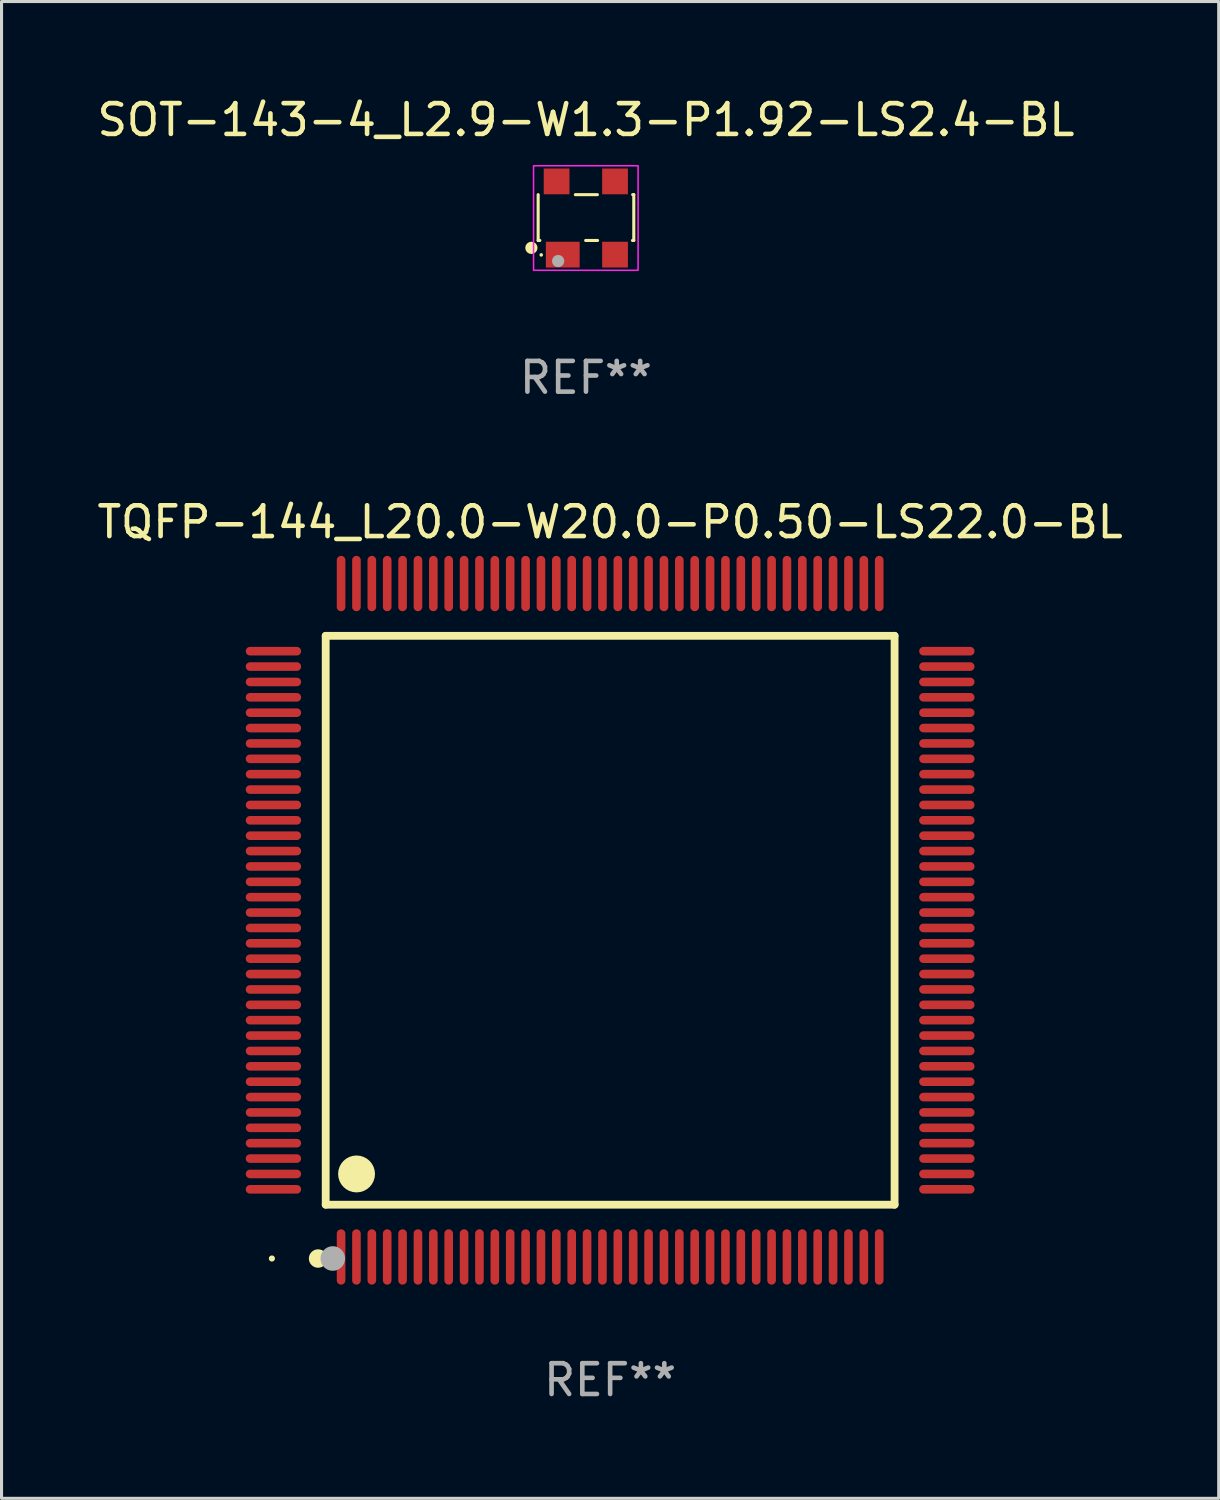
<source format=kicad_pcb>
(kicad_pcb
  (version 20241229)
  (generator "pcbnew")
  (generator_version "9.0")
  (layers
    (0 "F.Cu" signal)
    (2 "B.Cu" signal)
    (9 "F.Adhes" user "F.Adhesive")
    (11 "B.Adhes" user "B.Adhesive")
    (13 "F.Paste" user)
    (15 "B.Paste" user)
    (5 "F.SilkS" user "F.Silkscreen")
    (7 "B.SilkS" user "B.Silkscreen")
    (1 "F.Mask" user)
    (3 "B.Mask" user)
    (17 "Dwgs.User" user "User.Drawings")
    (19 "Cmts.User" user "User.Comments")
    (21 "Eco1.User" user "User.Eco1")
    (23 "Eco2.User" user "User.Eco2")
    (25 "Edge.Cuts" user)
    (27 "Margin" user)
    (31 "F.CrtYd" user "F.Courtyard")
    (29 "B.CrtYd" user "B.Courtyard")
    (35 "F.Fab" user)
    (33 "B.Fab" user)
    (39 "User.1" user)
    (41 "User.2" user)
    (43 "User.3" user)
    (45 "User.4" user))
  (footprint "TQFP-144_L20.0-W20.0-P0.50-LS22.0-BL"
    (layer "F.Cu")
    (at 16.792 26.877)
    (property "Reference" "TQFP-144_L20.0-W20.0-P0.50-LS22.0-BL" (at 0 -12.95 0) (layer "F.SilkS") (effects (font (size 1 1) (thickness 0.15))))
    (attr smd)
    (fp_line (start -9.25 -9.25) (end -9.25 9.25) (stroke (width 0.254) (type solid)) (layer "F.SilkS"))
    (fp_line (start -9.25 9.25) (end 9.25 9.25) (stroke (width 0.254) (type solid)) (layer "F.SilkS"))
    (fp_line (start 9.25 -9.25) (end -9.25 -9.25) (stroke (width 0.254) (type solid)) (layer "F.SilkS"))
    (fp_line (start 9.25 9.25) (end 9.25 -9.25) (stroke (width 0.254) (type solid)) (layer "F.SilkS"))
    (fp_arc (start -9.497079 10.850902) (mid -9.498559 11.150921) (end -9.4992 10.850899) (stroke (width 0.3) (type solid)) (layer "F.SilkS"))
    (fp_arc (start -8.244856 7.950216) (mid -8.247815 8.550204) (end -8.249099 7.95021) (stroke (width 0.6) (type solid)) (layer "F.SilkS"))
    (fp_circle (center -11 11) (end -10.95 11) (stroke (width 0.1) (type solid)) (fill no) (layer "F.SilkS"))
    (fp_circle (center -9.02 11) (end -8.82 11) (stroke (width 0.4) (type solid)) (fill no) (layer "F.Fab"))
    (fp_text user "REF**" (at 0 14.95 0) (layer "F.Fab") (effects (font (size 1 1) (thickness 0.15))))
    (pad "1" smd oval (at -8.75 10.95) (size 0.28 1.8) (layers "F.Cu" "F.Mask" "F.Paste"))
    (pad "2" smd oval (at -8.25 10.95) (size 0.28 1.8) (layers "F.Cu" "F.Mask" "F.Paste"))
    (pad "3" smd oval (at -7.75 10.95) (size 0.28 1.8) (layers "F.Cu" "F.Mask" "F.Paste"))
    (pad "4" smd oval (at -7.25 10.95) (size 0.28 1.8) (layers "F.Cu" "F.Mask" "F.Paste"))
    (pad "5" smd oval (at -6.75 10.95) (size 0.28 1.8) (layers "F.Cu" "F.Mask" "F.Paste"))
    (pad "6" smd oval (at -6.25 10.95) (size 0.28 1.8) (layers "F.Cu" "F.Mask" "F.Paste"))
    (pad "7" smd oval (at -5.75 10.95) (size 0.28 1.8) (layers "F.Cu" "F.Mask" "F.Paste"))
    (pad "8" smd oval (at -5.25 10.95) (size 0.28 1.8) (layers "F.Cu" "F.Mask" "F.Paste"))
    (pad "9" smd oval (at -4.75 10.95) (size 0.28 1.8) (layers "F.Cu" "F.Mask" "F.Paste"))
    (pad "10" smd oval (at -4.25 10.95) (size 0.28 1.8) (layers "F.Cu" "F.Mask" "F.Paste"))
    (pad "11" smd oval (at -3.75 10.95) (size 0.28 1.8) (layers "F.Cu" "F.Mask" "F.Paste"))
    (pad "12" smd oval (at -3.25 10.95) (size 0.28 1.8) (layers "F.Cu" "F.Mask" "F.Paste"))
    (pad "13" smd oval (at -2.75 10.95) (size 0.28 1.8) (layers "F.Cu" "F.Mask" "F.Paste"))
    (pad "14" smd oval (at -2.25 10.95) (size 0.28 1.8) (layers "F.Cu" "F.Mask" "F.Paste"))
    (pad "15" smd oval (at -1.75 10.95) (size 0.28 1.8) (layers "F.Cu" "F.Mask" "F.Paste"))
    (pad "16" smd oval (at -1.25 10.95) (size 0.28 1.8) (layers "F.Cu" "F.Mask" "F.Paste"))
    (pad "17" smd oval (at -0.75 10.95) (size 0.28 1.8) (layers "F.Cu" "F.Mask" "F.Paste"))
    (pad "18" smd oval (at -0.25 10.95) (size 0.28 1.8) (layers "F.Cu" "F.Mask" "F.Paste"))
    (pad "19" smd oval (at 0.25 10.95) (size 0.28 1.8) (layers "F.Cu" "F.Mask" "F.Paste"))
    (pad "20" smd oval (at 0.75 10.95) (size 0.28 1.8) (layers "F.Cu" "F.Mask" "F.Paste"))
    (pad "21" smd oval (at 1.25 10.95) (size 0.28 1.8) (layers "F.Cu" "F.Mask" "F.Paste"))
    (pad "22" smd oval (at 1.75 10.95) (size 0.28 1.8) (layers "F.Cu" "F.Mask" "F.Paste"))
    (pad "23" smd oval (at 2.25 10.95) (size 0.28 1.8) (layers "F.Cu" "F.Mask" "F.Paste"))
    (pad "24" smd oval (at 2.75 10.95) (size 0.28 1.8) (layers "F.Cu" "F.Mask" "F.Paste"))
    (pad "25" smd oval (at 3.25 10.95) (size 0.28 1.8) (layers "F.Cu" "F.Mask" "F.Paste"))
    (pad "26" smd oval (at 3.75 10.95) (size 0.28 1.8) (layers "F.Cu" "F.Mask" "F.Paste"))
    (pad "27" smd oval (at 4.25 10.95) (size 0.28 1.8) (layers "F.Cu" "F.Mask" "F.Paste"))
    (pad "28" smd oval (at 4.75 10.95) (size 0.28 1.8) (layers "F.Cu" "F.Mask" "F.Paste"))
    (pad "29" smd oval (at 5.25 10.95) (size 0.28 1.8) (layers "F.Cu" "F.Mask" "F.Paste"))
    (pad "30" smd oval (at 5.75 10.95) (size 0.28 1.8) (layers "F.Cu" "F.Mask" "F.Paste"))
    (pad "31" smd oval (at 6.25 10.95) (size 0.28 1.8) (layers "F.Cu" "F.Mask" "F.Paste"))
    (pad "32" smd oval (at 6.75 10.95) (size 0.28 1.8) (layers "F.Cu" "F.Mask" "F.Paste"))
    (pad "33" smd oval (at 7.25 10.95) (size 0.28 1.8) (layers "F.Cu" "F.Mask" "F.Paste"))
    (pad "34" smd oval (at 7.75 10.95) (size 0.28 1.8) (layers "F.Cu" "F.Mask" "F.Paste"))
    (pad "35" smd oval (at 8.25 10.95) (size 0.28 1.8) (layers "F.Cu" "F.Mask" "F.Paste"))
    (pad "36" smd oval (at 8.75 10.95) (size 0.28 1.8) (layers "F.Cu" "F.Mask" "F.Paste"))
    (pad "37" smd oval (at 10.95 8.75) (size 1.8 0.28) (layers "F.Cu" "F.Mask" "F.Paste"))
    (pad "38" smd oval (at 10.95 8.25) (size 1.8 0.28) (layers "F.Cu" "F.Mask" "F.Paste"))
    (pad "39" smd oval (at 10.95 7.75) (size 1.8 0.28) (layers "F.Cu" "F.Mask" "F.Paste"))
    (pad "40" smd oval (at 10.95 7.25) (size 1.8 0.28) (layers "F.Cu" "F.Mask" "F.Paste"))
    (pad "41" smd oval (at 10.95 6.75) (size 1.8 0.28) (layers "F.Cu" "F.Mask" "F.Paste"))
    (pad "42" smd oval (at 10.95 6.25) (size 1.8 0.28) (layers "F.Cu" "F.Mask" "F.Paste"))
    (pad "43" smd oval (at 10.95 5.75) (size 1.8 0.28) (layers "F.Cu" "F.Mask" "F.Paste"))
    (pad "44" smd oval (at 10.95 5.25) (size 1.8 0.28) (layers "F.Cu" "F.Mask" "F.Paste"))
    (pad "45" smd oval (at 10.95 4.75) (size 1.8 0.28) (layers "F.Cu" "F.Mask" "F.Paste"))
    (pad "46" smd oval (at 10.95 4.25) (size 1.8 0.28) (layers "F.Cu" "F.Mask" "F.Paste"))
    (pad "47" smd oval (at 10.95 3.75) (size 1.8 0.28) (layers "F.Cu" "F.Mask" "F.Paste"))
    (pad "48" smd oval (at 10.95 3.25) (size 1.8 0.28) (layers "F.Cu" "F.Mask" "F.Paste"))
    (pad "49" smd oval (at 10.95 2.75) (size 1.8 0.28) (layers "F.Cu" "F.Mask" "F.Paste"))
    (pad "50" smd oval (at 10.95 2.25) (size 1.8 0.28) (layers "F.Cu" "F.Mask" "F.Paste"))
    (pad "51" smd oval (at 10.95 1.75) (size 1.8 0.28) (layers "F.Cu" "F.Mask" "F.Paste"))
    (pad "52" smd oval (at 10.95 1.25) (size 1.8 0.28) (layers "F.Cu" "F.Mask" "F.Paste"))
    (pad "53" smd oval (at 10.95 0.75) (size 1.8 0.28) (layers "F.Cu" "F.Mask" "F.Paste"))
    (pad "54" smd oval (at 10.95 0.25) (size 1.8 0.28) (layers "F.Cu" "F.Mask" "F.Paste"))
    (pad "55" smd oval (at 10.95 -0.25) (size 1.8 0.28) (layers "F.Cu" "F.Mask" "F.Paste"))
    (pad "56" smd oval (at 10.95 -0.75) (size 1.8 0.28) (layers "F.Cu" "F.Mask" "F.Paste"))
    (pad "57" smd oval (at 10.95 -1.25) (size 1.8 0.28) (layers "F.Cu" "F.Mask" "F.Paste"))
    (pad "58" smd oval (at 10.95 -1.75) (size 1.8 0.28) (layers "F.Cu" "F.Mask" "F.Paste"))
    (pad "59" smd oval (at 10.95 -2.25) (size 1.8 0.28) (layers "F.Cu" "F.Mask" "F.Paste"))
    (pad "60" smd oval (at 10.95 -2.75) (size 1.8 0.28) (layers "F.Cu" "F.Mask" "F.Paste"))
    (pad "61" smd oval (at 10.95 -3.25) (size 1.8 0.28) (layers "F.Cu" "F.Mask" "F.Paste"))
    (pad "62" smd oval (at 10.95 -3.75) (size 1.8 0.28) (layers "F.Cu" "F.Mask" "F.Paste"))
    (pad "63" smd oval (at 10.95 -4.25) (size 1.8 0.28) (layers "F.Cu" "F.Mask" "F.Paste"))
    (pad "64" smd oval (at 10.95 -4.75) (size 1.8 0.28) (layers "F.Cu" "F.Mask" "F.Paste"))
    (pad "65" smd oval (at 10.95 -5.25) (size 1.8 0.28) (layers "F.Cu" "F.Mask" "F.Paste"))
    (pad "66" smd oval (at 10.95 -5.75) (size 1.8 0.28) (layers "F.Cu" "F.Mask" "F.Paste"))
    (pad "67" smd oval (at 10.95 -6.25) (size 1.8 0.28) (layers "F.Cu" "F.Mask" "F.Paste"))
    (pad "68" smd oval (at 10.95 -6.75) (size 1.8 0.28) (layers "F.Cu" "F.Mask" "F.Paste"))
    (pad "69" smd oval (at 10.95 -7.25) (size 1.8 0.28) (layers "F.Cu" "F.Mask" "F.Paste"))
    (pad "70" smd oval (at 10.95 -7.75) (size 1.8 0.28) (layers "F.Cu" "F.Mask" "F.Paste"))
    (pad "71" smd oval (at 10.95 -8.25) (size 1.8 0.28) (layers "F.Cu" "F.Mask" "F.Paste"))
    (pad "72" smd oval (at 10.95 -8.75) (size 1.8 0.28) (layers "F.Cu" "F.Mask" "F.Paste"))
    (pad "73" smd oval (at 8.75 -10.95) (size 0.28 1.8) (layers "F.Cu" "F.Mask" "F.Paste"))
    (pad "74" smd oval (at 8.25 -10.95) (size 0.28 1.8) (layers "F.Cu" "F.Mask" "F.Paste"))
    (pad "75" smd oval (at 7.75 -10.95) (size 0.28 1.8) (layers "F.Cu" "F.Mask" "F.Paste"))
    (pad "76" smd oval (at 7.25 -10.95) (size 0.28 1.8) (layers "F.Cu" "F.Mask" "F.Paste"))
    (pad "77" smd oval (at 6.75 -10.95) (size 0.28 1.8) (layers "F.Cu" "F.Mask" "F.Paste"))
    (pad "78" smd oval (at 6.25 -10.95) (size 0.28 1.8) (layers "F.Cu" "F.Mask" "F.Paste"))
    (pad "79" smd oval (at 5.75 -10.95) (size 0.28 1.8) (layers "F.Cu" "F.Mask" "F.Paste"))
    (pad "80" smd oval (at 5.25 -10.95) (size 0.28 1.8) (layers "F.Cu" "F.Mask" "F.Paste"))
    (pad "81" smd oval (at 4.75 -10.95) (size 0.28 1.8) (layers "F.Cu" "F.Mask" "F.Paste"))
    (pad "82" smd oval (at 4.25 -10.95) (size 0.28 1.8) (layers "F.Cu" "F.Mask" "F.Paste"))
    (pad "83" smd oval (at 3.75 -10.95) (size 0.28 1.8) (layers "F.Cu" "F.Mask" "F.Paste"))
    (pad "84" smd oval (at 3.25 -10.95) (size 0.28 1.8) (layers "F.Cu" "F.Mask" "F.Paste"))
    (pad "85" smd oval (at 2.75 -10.95) (size 0.28 1.8) (layers "F.Cu" "F.Mask" "F.Paste"))
    (pad "86" smd oval (at 2.25 -10.95) (size 0.28 1.8) (layers "F.Cu" "F.Mask" "F.Paste"))
    (pad "87" smd oval (at 1.75 -10.95) (size 0.28 1.8) (layers "F.Cu" "F.Mask" "F.Paste"))
    (pad "88" smd oval (at 1.25 -10.95) (size 0.28 1.8) (layers "F.Cu" "F.Mask" "F.Paste"))
    (pad "89" smd oval (at 0.75 -10.95) (size 0.28 1.8) (layers "F.Cu" "F.Mask" "F.Paste"))
    (pad "90" smd oval (at 0.25 -10.95) (size 0.28 1.8) (layers "F.Cu" "F.Mask" "F.Paste"))
    (pad "91" smd oval (at -0.25 -10.95) (size 0.28 1.8) (layers "F.Cu" "F.Mask" "F.Paste"))
    (pad "92" smd oval (at -0.75 -10.95) (size 0.28 1.8) (layers "F.Cu" "F.Mask" "F.Paste"))
    (pad "93" smd oval (at -1.25 -10.95) (size 0.28 1.8) (layers "F.Cu" "F.Mask" "F.Paste"))
    (pad "94" smd oval (at -1.75 -10.95) (size 0.28 1.8) (layers "F.Cu" "F.Mask" "F.Paste"))
    (pad "95" smd oval (at -2.25 -10.95) (size 0.28 1.8) (layers "F.Cu" "F.Mask" "F.Paste"))
    (pad "96" smd oval (at -2.75 -10.95) (size 0.28 1.8) (layers "F.Cu" "F.Mask" "F.Paste"))
    (pad "97" smd oval (at -3.25 -10.95) (size 0.28 1.8) (layers "F.Cu" "F.Mask" "F.Paste"))
    (pad "98" smd oval (at -3.75 -10.95) (size 0.28 1.8) (layers "F.Cu" "F.Mask" "F.Paste"))
    (pad "99" smd oval (at -4.25 -10.95) (size 0.28 1.8) (layers "F.Cu" "F.Mask" "F.Paste"))
    (pad "100" smd oval (at -4.75 -10.95) (size 0.28 1.8) (layers "F.Cu" "F.Mask" "F.Paste"))
    (pad "101" smd oval (at -5.25 -10.95) (size 0.28 1.8) (layers "F.Cu" "F.Mask" "F.Paste"))
    (pad "102" smd oval (at -5.75 -10.95) (size 0.28 1.8) (layers "F.Cu" "F.Mask" "F.Paste"))
    (pad "103" smd oval (at -6.25 -10.95) (size 0.28 1.8) (layers "F.Cu" "F.Mask" "F.Paste"))
    (pad "104" smd oval (at -6.75 -10.95) (size 0.28 1.8) (layers "F.Cu" "F.Mask" "F.Paste"))
    (pad "105" smd oval (at -7.25 -10.95) (size 0.28 1.8) (layers "F.Cu" "F.Mask" "F.Paste"))
    (pad "106" smd oval (at -7.75 -10.95) (size 0.28 1.8) (layers "F.Cu" "F.Mask" "F.Paste"))
    (pad "107" smd oval (at -8.25 -10.95) (size 0.28 1.8) (layers "F.Cu" "F.Mask" "F.Paste"))
    (pad "108" smd oval (at -8.75 -10.95) (size 0.28 1.8) (layers "F.Cu" "F.Mask" "F.Paste"))
    (pad "109" smd oval (at -10.95 -8.75) (size 1.8 0.28) (layers "F.Cu" "F.Mask" "F.Paste"))
    (pad "110" smd oval (at -10.95 -8.25) (size 1.8 0.28) (layers "F.Cu" "F.Mask" "F.Paste"))
    (pad "111" smd oval (at -10.95 -7.75) (size 1.8 0.28) (layers "F.Cu" "F.Mask" "F.Paste"))
    (pad "112" smd oval (at -10.95 -7.25) (size 1.8 0.28) (layers "F.Cu" "F.Mask" "F.Paste"))
    (pad "113" smd oval (at -10.95 -6.75) (size 1.8 0.28) (layers "F.Cu" "F.Mask" "F.Paste"))
    (pad "114" smd oval (at -10.95 -6.25) (size 1.8 0.28) (layers "F.Cu" "F.Mask" "F.Paste"))
    (pad "115" smd oval (at -10.95 -5.75) (size 1.8 0.28) (layers "F.Cu" "F.Mask" "F.Paste"))
    (pad "116" smd oval (at -10.95 -5.25) (size 1.8 0.28) (layers "F.Cu" "F.Mask" "F.Paste"))
    (pad "117" smd oval (at -10.95 -4.75) (size 1.8 0.28) (layers "F.Cu" "F.Mask" "F.Paste"))
    (pad "118" smd oval (at -10.95 -4.25) (size 1.8 0.28) (layers "F.Cu" "F.Mask" "F.Paste"))
    (pad "119" smd oval (at -10.95 -3.75) (size 1.8 0.28) (layers "F.Cu" "F.Mask" "F.Paste"))
    (pad "120" smd oval (at -10.95 -3.25) (size 1.8 0.28) (layers "F.Cu" "F.Mask" "F.Paste"))
    (pad "121" smd oval (at -10.95 -2.75) (size 1.8 0.28) (layers "F.Cu" "F.Mask" "F.Paste"))
    (pad "122" smd oval (at -10.95 -2.25) (size 1.8 0.28) (layers "F.Cu" "F.Mask" "F.Paste"))
    (pad "123" smd oval (at -10.95 -1.75) (size 1.8 0.28) (layers "F.Cu" "F.Mask" "F.Paste"))
    (pad "124" smd oval (at -10.95 -1.25) (size 1.8 0.28) (layers "F.Cu" "F.Mask" "F.Paste"))
    (pad "125" smd oval (at -10.95 -0.75) (size 1.8 0.28) (layers "F.Cu" "F.Mask" "F.Paste"))
    (pad "126" smd oval (at -10.95 -0.25) (size 1.8 0.28) (layers "F.Cu" "F.Mask" "F.Paste"))
    (pad "127" smd oval (at -10.95 0.25) (size 1.8 0.28) (layers "F.Cu" "F.Mask" "F.Paste"))
    (pad "128" smd oval (at -10.95 0.75) (size 1.8 0.28) (layers "F.Cu" "F.Mask" "F.Paste"))
    (pad "129" smd oval (at -10.95 1.25) (size 1.8 0.28) (layers "F.Cu" "F.Mask" "F.Paste"))
    (pad "130" smd oval (at -10.95 1.75) (size 1.8 0.28) (layers "F.Cu" "F.Mask" "F.Paste"))
    (pad "131" smd oval (at -10.95 2.25) (size 1.8 0.28) (layers "F.Cu" "F.Mask" "F.Paste"))
    (pad "132" smd oval (at -10.95 2.75) (size 1.8 0.28) (layers "F.Cu" "F.Mask" "F.Paste"))
    (pad "133" smd oval (at -10.95 3.25) (size 1.8 0.28) (layers "F.Cu" "F.Mask" "F.Paste"))
    (pad "134" smd oval (at -10.95 3.75) (size 1.8 0.28) (layers "F.Cu" "F.Mask" "F.Paste"))
    (pad "135" smd oval (at -10.95 4.25) (size 1.8 0.28) (layers "F.Cu" "F.Mask" "F.Paste"))
    (pad "136" smd oval (at -10.95 4.75) (size 1.8 0.28) (layers "F.Cu" "F.Mask" "F.Paste"))
    (pad "137" smd oval (at -10.95 5.25) (size 1.8 0.28) (layers "F.Cu" "F.Mask" "F.Paste"))
    (pad "138" smd oval (at -10.95 5.75) (size 1.8 0.28) (layers "F.Cu" "F.Mask" "F.Paste"))
    (pad "139" smd oval (at -10.95 6.25) (size 1.8 0.28) (layers "F.Cu" "F.Mask" "F.Paste"))
    (pad "140" smd oval (at -10.95 6.75) (size 1.8 0.28) (layers "F.Cu" "F.Mask" "F.Paste"))
    (pad "141" smd oval (at -10.95 7.25) (size 1.8 0.28) (layers "F.Cu" "F.Mask" "F.Paste"))
    (pad "142" smd oval (at -10.95 7.75) (size 1.8 0.28) (layers "F.Cu" "F.Mask" "F.Paste"))
    (pad "143" smd oval (at -10.95 8.25) (size 1.8 0.28) (layers "F.Cu" "F.Mask" "F.Paste"))
    (pad "144" smd oval (at -10.95 8.75) (size 1.8 0.28) (layers "F.Cu" "F.Mask" "F.Paste")))
  (footprint "SOT-143-4_L2.9-W1.3-P1.92-LS2.4-BL"
    (layer "F.Cu")
    (at 16.001 4.04)
    (property "Reference" "SOT-143-4_L2.9-W1.3-P1.92-LS2.4-BL" (at 0.005 -3.191 0) (layer "F.SilkS") (effects (font (size 1 1) (thickness 0.15))))
    (attr smd)
    (fp_line (start -1.55 0.73) (end -1.55 -0.76) (stroke (width 0.1) (type solid)) (layer "F.SilkS"))
    (fp_line (start -1.495 0.73) (end -1.55 0.73) (stroke (width 0.1) (type solid)) (layer "F.SilkS"))
    (fp_line (start -0.34 -0.76) (end 0.377 -0.76) (stroke (width 0.1) (type solid)) (layer "F.SilkS"))
    (fp_line (start 0.383 0.73) (end -0.005 0.73) (stroke (width 0.1) (type solid)) (layer "F.SilkS"))
    (fp_line (start 1.523 -0.76) (end 1.56 -0.76) (stroke (width 0.1) (type solid)) (layer "F.SilkS"))
    (fp_line (start 1.56 -0.76) (end 1.56 0.73) (stroke (width 0.1) (type solid)) (layer "F.SilkS"))
    (fp_line (start 1.56 0.73) (end 1.517 0.73) (stroke (width 0.1) (type solid)) (layer "F.SilkS"))
    (fp_circle (center -1.77 0.97) (end -1.67 0.97) (stroke (width 0.2) (type solid)) (fill no) (layer "F.SilkS"))
    (fp_circle (center -1.45 1.2) (end -1.42 1.2) (stroke (width 0.06) (type solid)) (fill no) (layer "F.SilkS"))
    (fp_rect (start -1.7 -1.7) (end 1.7 1.7) (stroke (width 0.05) (type default)) (fill no) (layer "F.CrtYd"))
    (fp_circle (center -0.9 1.4) (end -0.8 1.4) (stroke (width 0.2) (type solid)) (fill no) (layer "F.Fab"))
    (fp_text user "REF**" (at 0.005 5.191 0) (layer "F.Fab") (effects (font (size 1 1) (thickness 0.15))))
    (pad "1" smd rect (at -0.75 1.191) (size 1.1 0.838) (layers "F.Cu" "F.Mask" "F.Paste"))
    (pad "2" smd rect (at 0.95 1.191) (size 0.838 0.838) (layers "F.Cu" "F.Mask" "F.Paste"))
    (pad "3" smd rect (at 0.95 -1.191) (size 0.838 0.838) (layers "F.Cu" "F.Mask" "F.Paste"))
    (pad "4" smd rect (at -0.95 -1.191) (size 0.838 0.838) (layers "F.Cu" "F.Mask" "F.Paste")))
  (gr_rect
    (start -3 -3)
    (end 36.583 45.676)
    (stroke (width 0.1) (type default))
    (fill no)
    (layer "Edge.Cuts")))
</source>
